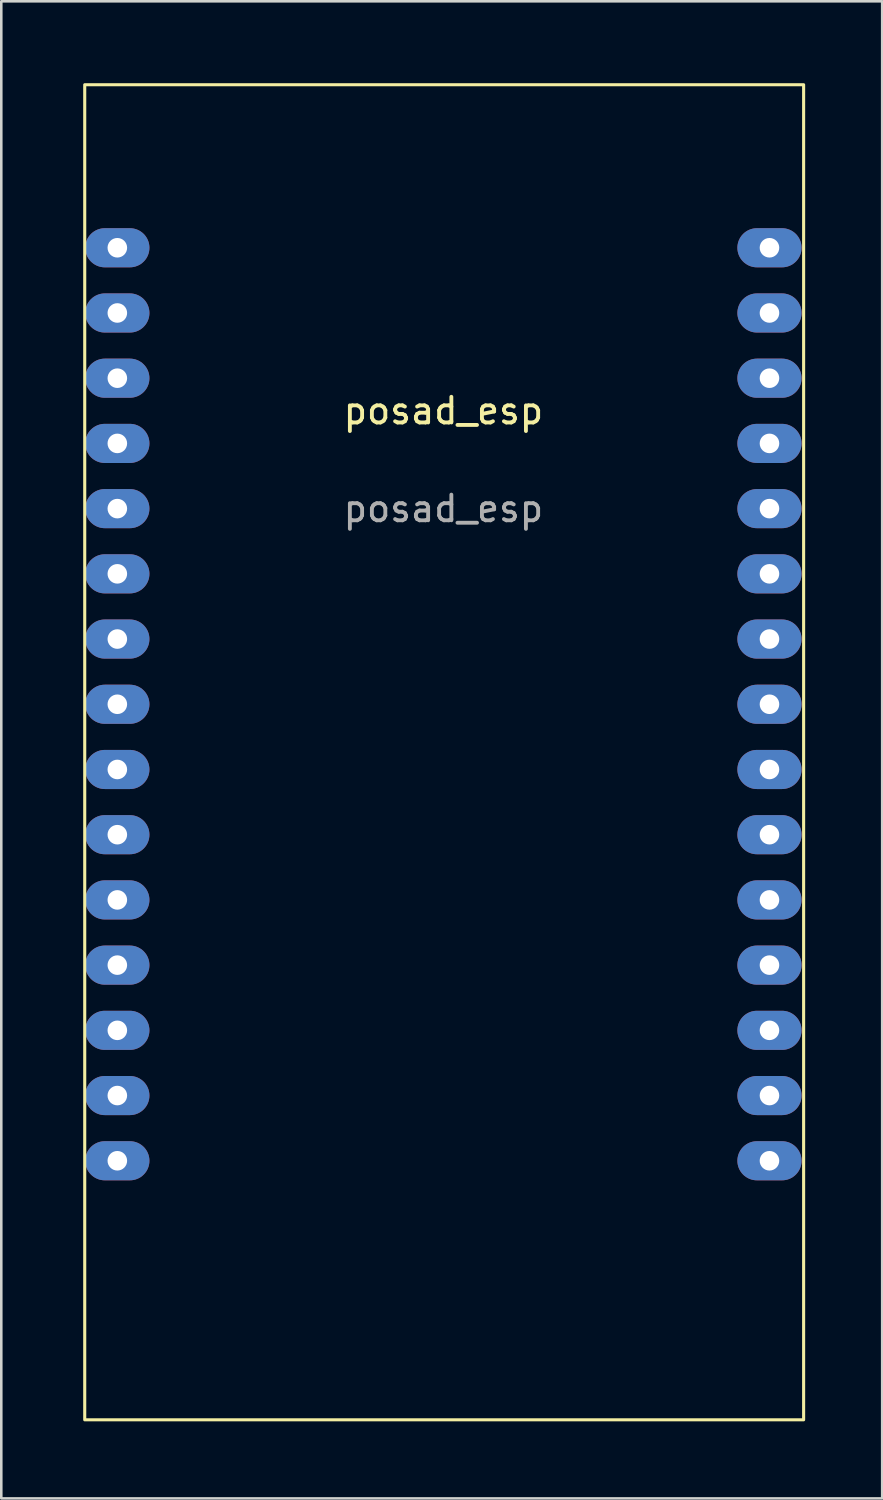
<source format=kicad_pcb>
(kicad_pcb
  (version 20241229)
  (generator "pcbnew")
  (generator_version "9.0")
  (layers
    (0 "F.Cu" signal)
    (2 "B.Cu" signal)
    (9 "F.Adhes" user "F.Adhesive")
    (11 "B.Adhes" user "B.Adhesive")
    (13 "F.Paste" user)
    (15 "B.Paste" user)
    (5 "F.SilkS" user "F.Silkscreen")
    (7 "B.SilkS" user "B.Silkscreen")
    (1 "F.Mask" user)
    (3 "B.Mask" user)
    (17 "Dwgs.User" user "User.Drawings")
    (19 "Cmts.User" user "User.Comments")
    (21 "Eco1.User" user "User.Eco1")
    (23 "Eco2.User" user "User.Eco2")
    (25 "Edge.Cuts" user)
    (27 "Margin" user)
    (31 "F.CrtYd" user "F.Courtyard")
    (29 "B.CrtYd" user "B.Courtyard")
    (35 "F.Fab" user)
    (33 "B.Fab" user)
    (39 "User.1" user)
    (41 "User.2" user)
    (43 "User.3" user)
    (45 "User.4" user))
  (footprint "posad_esp"
    (layer "F.Cu")
    (at 0.25 0.25)
    (property "Reference" "posad_esp" (at 13.97 12.7 0) (unlocked yes) (layer "F.SilkS") (effects (font (size 1 1) (thickness 0.15))))
    (attr through_hole)
    (fp_rect (start 0 0) (end 28 52) (stroke (width 0.12) (type solid)) (fill no) (layer "F.SilkS"))
    (fp_text user "${REFERENCE}" (at 13.97 16.51 0) (unlocked yes) (layer "F.Fab") (effects (font (size 1 1) (thickness 0.15))))
    (pad "1" thru_hole oval (at 1.27 39.37) (size 2.5 1.524) (drill 0.762) (layers "*.Cu" "*.Mask"))
    (pad "2" thru_hole oval (at 26.67 41.91) (size 2.5 1.524) (drill 0.762) (layers "*.Cu" "*.Mask"))
    (pad "3" thru_hole oval (at 1.27 6.35) (size 2.5 1.524) (drill 0.762) (layers "*.Cu" "*.Mask"))
    (pad "4" thru_hole oval (at 1.27 8.89) (size 2.5 1.524) (drill 0.762) (layers "*.Cu" "*.Mask"))
    (pad "5" thru_hole oval (at 1.27 11.43) (size 2.5 1.524) (drill 0.762) (layers "*.Cu" "*.Mask"))
    (pad "6" thru_hole oval (at 1.27 13.97) (size 2.5 1.524) (drill 0.762) (layers "*.Cu" "*.Mask"))
    (pad "7" thru_hole oval (at 1.27 16.51) (size 2.5 1.524) (drill 0.762) (layers "*.Cu" "*.Mask"))
    (pad "8" thru_hole oval (at 1.27 19.05) (size 2.5 1.524) (drill 0.762) (layers "*.Cu" "*.Mask"))
    (pad "9" thru_hole oval (at 1.27 21.59) (size 2.5 1.524) (drill 0.762) (layers "*.Cu" "*.Mask"))
    (pad "10" thru_hole oval (at 1.27 24.13) (size 2.5 1.524) (drill 0.762) (layers "*.Cu" "*.Mask"))
    (pad "11" thru_hole oval (at 1.27 26.67) (size 2.5 1.524) (drill 0.762) (layers "*.Cu" "*.Mask"))
    (pad "12" thru_hole oval (at 1.27 29.21) (size 2.5 1.524) (drill 0.762) (layers "*.Cu" "*.Mask"))
    (pad "13" thru_hole oval (at 1.27 31.75) (size 2.5 1.524) (drill 0.762) (layers "*.Cu" "*.Mask"))
    (pad "14" thru_hole oval (at 1.27 34.29) (size 2.5 1.524) (drill 0.762) (layers "*.Cu" "*.Mask"))
    (pad "16" thru_hole oval (at 1.27 36.83) (size 2.5 1.524) (drill 0.762) (layers "*.Cu" "*.Mask"))
    (pad "23" thru_hole oval (at 26.67 36.83) (size 2.5 1.524) (drill 0.762) (layers "*.Cu" "*.Mask"))
    (pad "24" thru_hole oval (at 26.67 34.29) (size 2.5 1.524) (drill 0.762) (layers "*.Cu" "*.Mask"))
    (pad "26" thru_hole oval (at 26.67 31.75) (size 2.5 1.524) (drill 0.762) (layers "*.Cu" "*.Mask"))
    (pad "27" thru_hole oval (at 26.67 29.21) (size 2.5 1.524) (drill 0.762) (layers "*.Cu" "*.Mask"))
    (pad "28" thru_hole oval (at 26.67 26.67) (size 2.5 1.524) (drill 0.762) (layers "*.Cu" "*.Mask"))
    (pad "29" thru_hole oval (at 26.67 24.13) (size 2.5 1.524) (drill 0.762) (layers "*.Cu" "*.Mask"))
    (pad "30" thru_hole oval (at 26.67 21.59) (size 2.5 1.524) (drill 0.762) (layers "*.Cu" "*.Mask"))
    (pad "31" thru_hole oval (at 26.67 19.05) (size 2.5 1.524) (drill 0.762) (layers "*.Cu" "*.Mask"))
    (pad "33" thru_hole oval (at 26.67 16.51) (size 2.5 1.524) (drill 0.762) (layers "*.Cu" "*.Mask"))
    (pad "34" thru_hole oval (at 26.67 13.97) (size 2.5 1.524) (drill 0.762) (layers "*.Cu" "*.Mask"))
    (pad "35" thru_hole oval (at 26.67 11.43) (size 2.5 1.524) (drill 0.762) (layers "*.Cu" "*.Mask"))
    (pad "36" thru_hole oval (at 26.67 8.89) (size 2.5 1.524) (drill 0.762) (layers "*.Cu" "*.Mask"))
    (pad "37" thru_hole oval (at 26.67 6.35) (size 2.5 1.524) (drill 0.762) (layers "*.Cu" "*.Mask"))
    (pad "38" thru_hole oval (at 26.67 39.37) (size 2.5 1.524) (drill 0.762) (layers "*.Cu" "*.Mask"))
    (pad "39" thru_hole oval (at 1.27 41.91) (size 2.5 1.524) (drill 0.762) (layers "*.Cu" "*.Mask")))
  (gr_rect
    (start -3 -3)
    (end 31.31 55.31)
    (stroke (width 0.1) (type default))
    (fill no)
    (layer "Edge.Cuts")))
</source>
